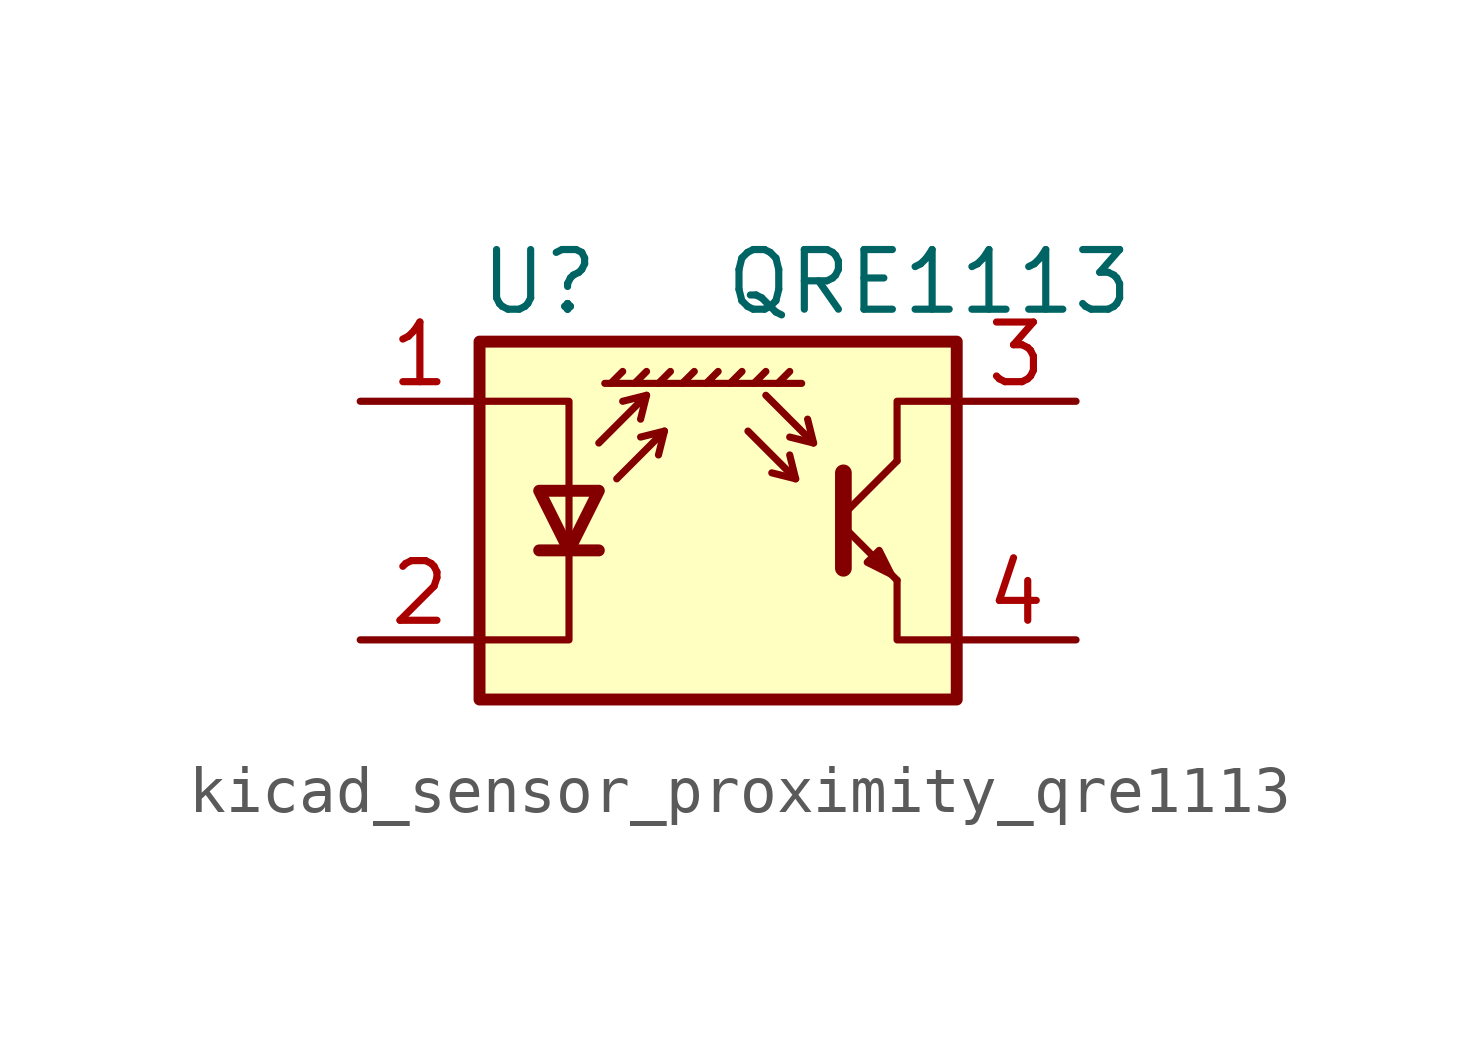
<source format=kicad_sym>
(kicad_symbol_lib
  (version 20220914)
  (generator kicad_symbol_editor)
  (symbol "kicad_sensor_proximity_qre1113"
    (pin_names
      (offset 0.025) hide)
    (property "Reference" "U"
      (at -3.81 5.08 0)
      (effects (font (size 1.27 1.27))))
    (property "Value" "QRE1113"
      (at 8.89 5.08 0)
      (effects (font (size 1.27 1.27)) (justify right)))
    (symbol "kicad_sensor_proximity_qre1113_0_1"
      (polyline (pts (xy -3.81 -0.635) (xy -2.54 -0.635)) (stroke (width 0.254) (type default)) (fill (type none)))
      (polyline (pts (xy -2.286 2.921) (xy -2.032 3.175)) (stroke (width 0) (type default)) (fill (type none)))
      (polyline (pts (xy -1.778 2.921) (xy -1.524 3.175)) (stroke (width 0) (type default)) (fill (type none)))
      (polyline (pts (xy -1.524 2.667) (xy -1.651 2.159)) (stroke (width 0) (type default)) (fill (type none)))
      (polyline (pts (xy -1.27 2.921) (xy -1.016 3.175)) (stroke (width 0) (type default)) (fill (type none)))
      (polyline (pts (xy -1.143 1.905) (xy -1.27 1.397)) (stroke (width 0) (type default)) (fill (type none)))
      (polyline (pts (xy -0.762 2.921) (xy -0.508 3.175)) (stroke (width 0) (type default)) (fill (type none)))
      (polyline (pts (xy -0.254 2.921) (xy 0 3.175)) (stroke (width 0) (type default)) (fill (type none)))
      (polyline (pts (xy 0.254 2.921) (xy 0.508 3.175)) (stroke (width 0) (type default)) (fill (type none)))
      (polyline (pts (xy 0.762 2.921) (xy 1.016 3.175)) (stroke (width 0) (type default)) (fill (type none)))
      (polyline (pts (xy 1.27 2.921) (xy 1.524 3.175)) (stroke (width 0) (type default)) (fill (type none)))
      (polyline (pts (xy 1.651 0.889) (xy 1.143 1.016)) (stroke (width 0) (type default)) (fill (type none)))
      (polyline (pts (xy 1.778 2.921) (xy -2.413 2.921)) (stroke (width 0) (type default)) (fill (type none)))
      (polyline (pts (xy 2.032 1.651) (xy 1.524 1.778)) (stroke (width 0) (type default)) (fill (type none)))
      (polyline (pts (xy 2.667 -0.127) (xy 3.81 -1.27)) (stroke (width 0) (type default)) (fill (type none)))
      (polyline (pts (xy 2.667 0.127) (xy 3.81 1.27)) (stroke (width 0) (type default)) (fill (type none)))
      (polyline (pts (xy -2.54 1.651) (xy -1.524 2.667) (xy -2.032 2.54)) (stroke (width 0) (type default)) (fill (type none)))
      (polyline (pts (xy -2.159 0.889) (xy -1.143 1.905) (xy -1.651 1.778)) (stroke (width 0) (type default)) (fill (type none)))
      (polyline (pts (xy 0.635 1.905) (xy 1.651 0.889) (xy 1.524 1.397)) (stroke (width 0) (type default)) (fill (type none)))
      (polyline (pts (xy 1.016 2.667) (xy 2.032 1.651) (xy 1.905 2.159)) (stroke (width 0) (type default)) (fill (type none)))
      (polyline (pts (xy 2.667 1.016) (xy 2.667 -1.016) (xy 2.667 -1.016)) (stroke (width 0.356) (type default)) (fill (type none)))
      (polyline (pts (xy 3.81 -1.27) (xy 3.81 -2.54) (xy 5.08 -2.54)) (stroke (width 0) (type default)) (fill (type none)))
      (polyline (pts (xy 3.81 1.27) (xy 3.81 2.54) (xy 5.08 2.54)) (stroke (width 0) (type default)) (fill (type none)))
      (polyline (pts (xy -5.08 -2.54) (xy -3.175 -2.54) (xy -3.175 2.54) (xy -5.08 2.54)) (stroke (width 0) (type default)) (fill (type none)))
      (polyline (pts (xy -3.175 -0.635) (xy -3.81 0.635) (xy -2.54 0.635) (xy -3.175 -0.635)) (stroke (width 0.254) (type default)) (fill (type none)))
      (polyline (pts (xy 3.683 -1.143) (xy 3.429 -0.635) (xy 3.175 -0.889) (xy 3.683 -1.143)) (stroke (width 0) (type default)) (fill (type none)))
      (polyline (pts (xy -5.08 -3.81) (xy 5.08 -3.81) (xy 5.08 3.81) (xy -5.08 3.81) (xy -5.08 -3.81)) (stroke (width 0.254) (type default)) (fill (type background))))
    (symbol "kicad_sensor_proximity_qre1113_1_1"
      (pin passive line (at -7.62 2.54 0) (length 2.54) (name "A" (effects (font (size 1.27 1.27)))) (number "1" (effects (font (size 1.27 1.27)))))
      (pin passive line (at -7.62 -2.54 0) (length 2.54) (name "K" (effects (font (size 1.27 1.27)))) (number "2" (effects (font (size 1.27 1.27)))))
      (pin open_collector line (at 7.62 2.54 180) (length 2.54) (name "~" (effects (font (size 1.27 1.27)))) (number "3" (effects (font (size 1.27 1.27)))))
      (pin open_emitter line (at 7.62 -2.54 180) (length 2.54) (name "~" (effects (font (size 1.27 1.27)))) (number "4" (effects (font (size 1.27 1.27))))))))
</source>
